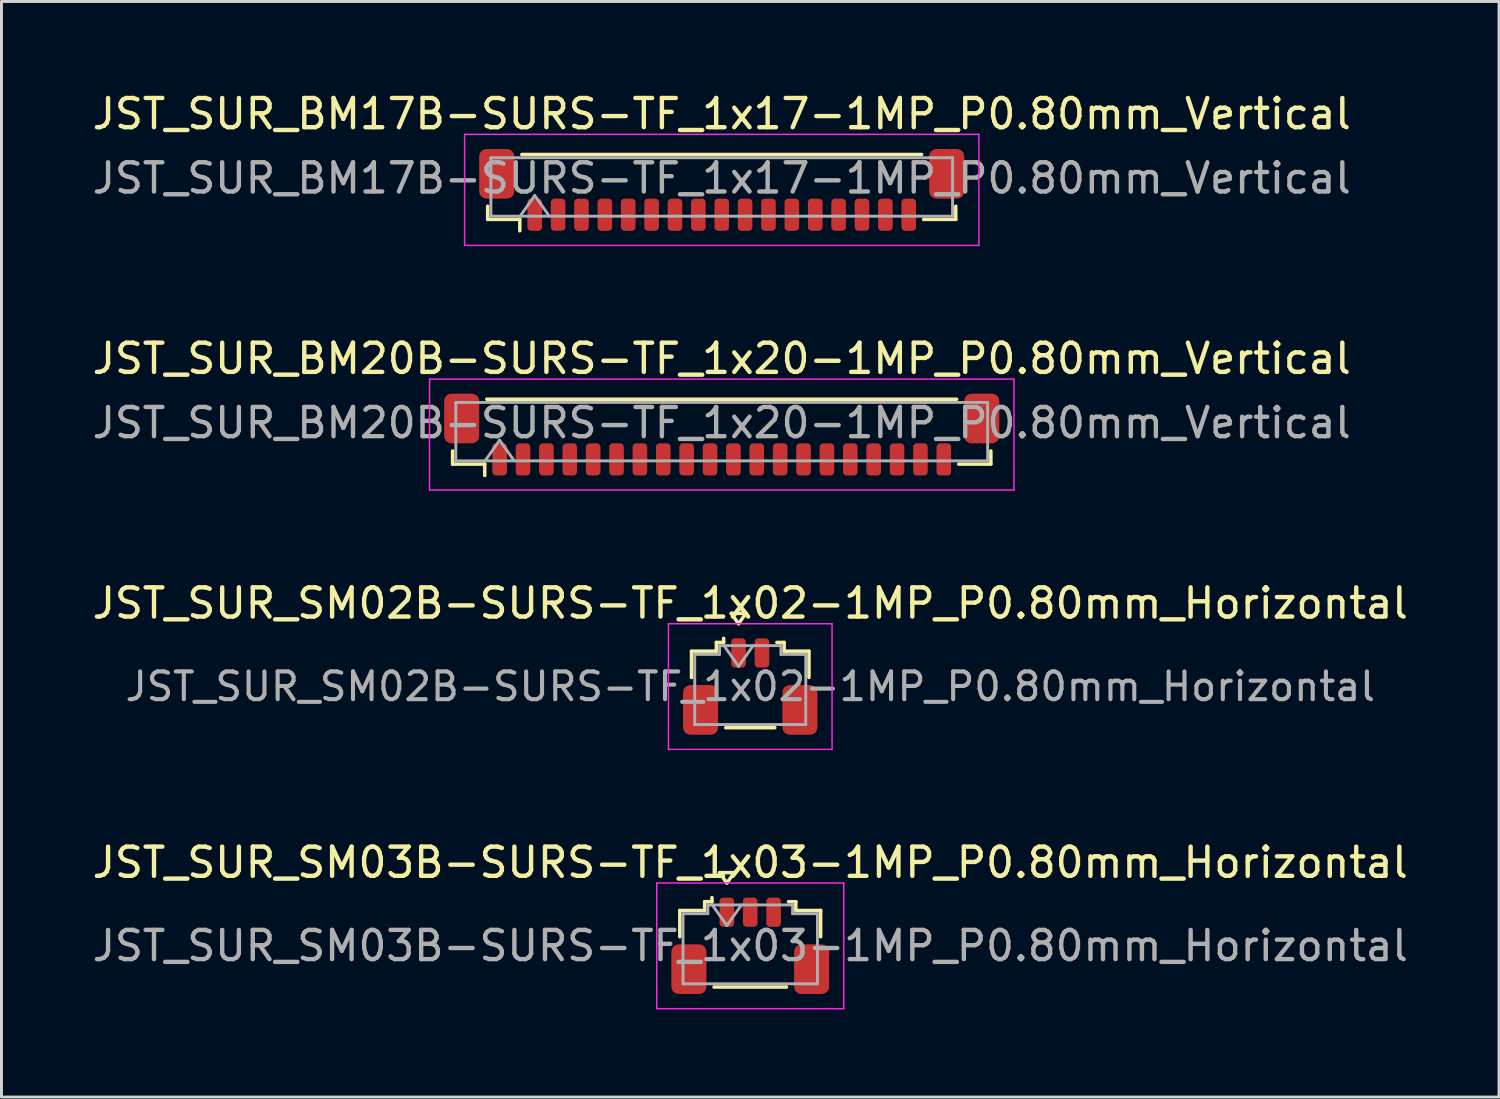
<source format=kicad_pcb>
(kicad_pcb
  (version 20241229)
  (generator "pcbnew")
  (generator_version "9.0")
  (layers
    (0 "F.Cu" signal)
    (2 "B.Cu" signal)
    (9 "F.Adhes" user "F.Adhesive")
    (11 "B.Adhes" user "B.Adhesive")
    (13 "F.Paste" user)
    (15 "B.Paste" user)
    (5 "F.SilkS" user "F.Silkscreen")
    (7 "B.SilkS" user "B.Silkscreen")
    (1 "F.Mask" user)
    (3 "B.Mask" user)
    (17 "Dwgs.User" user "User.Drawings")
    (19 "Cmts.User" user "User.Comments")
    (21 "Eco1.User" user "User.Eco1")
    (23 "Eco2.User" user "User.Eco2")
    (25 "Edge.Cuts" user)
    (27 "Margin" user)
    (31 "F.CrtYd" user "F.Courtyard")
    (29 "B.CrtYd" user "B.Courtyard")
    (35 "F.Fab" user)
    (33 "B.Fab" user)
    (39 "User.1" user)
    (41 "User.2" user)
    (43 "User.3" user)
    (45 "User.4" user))
  (footprint "JST_SUR_SM02B-SURS-TF_1x02-1MP_P0.80mm_Horizontal"
    (layer "F.Cu")
    (at 22.625 20.445)
    (property "Reference" "JST_SUR_SM02B-SURS-TF_1x02-1MP_P0.80mm_Horizontal" (at 0 -2.85 0) (layer "F.SilkS") (effects (font (size 1 1) (thickness 0.15))))
    (attr smd)
    (fp_line (start -2.01 -1.21) (end -1.16 -1.21) (stroke (width 0.12) (type solid)) (layer "F.SilkS"))
    (fp_line (start -2.01 -0.31) (end -2.01 -1.21) (stroke (width 0.12) (type solid)) (layer "F.SilkS"))
    (fp_line (start -1.16 -1.51) (end -0.91 -1.51) (stroke (width 0.12) (type solid)) (layer "F.SilkS"))
    (fp_line (start -1.16 -1.21) (end -1.16 -1.51) (stroke (width 0.12) (type solid)) (layer "F.SilkS"))
    (fp_line (start -0.91 -1.51) (end -0.91 -1.65) (stroke (width 0.12) (type solid)) (layer "F.SilkS"))
    (fp_line (start -0.84 1.41) (end 0.84 1.41) (stroke (width 0.12) (type solid)) (layer "F.SilkS"))
    (fp_line (start -0.65 -2.504) (end -0.4 -2.15) (stroke (width 0.12) (type solid)) (layer "F.SilkS"))
    (fp_line (start -0.4 -2.15) (end -0.15 -2.504) (stroke (width 0.12) (type solid)) (layer "F.SilkS"))
    (fp_line (start -0.15 -2.504) (end -0.65 -2.504) (stroke (width 0.12) (type solid)) (layer "F.SilkS"))
    (fp_line (start 1.16 -1.51) (end 0.91 -1.51) (stroke (width 0.12) (type solid)) (layer "F.SilkS"))
    (fp_line (start 1.16 -1.21) (end 1.16 -1.51) (stroke (width 0.12) (type solid)) (layer "F.SilkS"))
    (fp_line (start 2.01 -1.21) (end 1.16 -1.21) (stroke (width 0.12) (type solid)) (layer "F.SilkS"))
    (fp_line (start 2.01 -0.31) (end 2.01 -1.21) (stroke (width 0.12) (type solid)) (layer "F.SilkS"))
    (fp_line (start -2.8 -2.15) (end -2.8 2.15) (stroke (width 0.05) (type solid)) (layer "F.CrtYd"))
    (fp_line (start -2.8 2.15) (end 2.8 2.15) (stroke (width 0.05) (type solid)) (layer "F.CrtYd"))
    (fp_line (start 2.8 -2.15) (end -2.8 -2.15) (stroke (width 0.05) (type solid)) (layer "F.CrtYd"))
    (fp_line (start 2.8 2.15) (end 2.8 -2.15) (stroke (width 0.05) (type solid)) (layer "F.CrtYd"))
    (fp_line (start -1.9 -1.1) (end -1.9 1.3) (stroke (width 0.1) (type solid)) (layer "F.Fab"))
    (fp_line (start -1.9 -1.1) (end -1.05 -1.1) (stroke (width 0.1) (type solid)) (layer "F.Fab"))
    (fp_line (start -1.9 1.3) (end 1.9 1.3) (stroke (width 0.1) (type solid)) (layer "F.Fab"))
    (fp_line (start -1.05 -1.4) (end 1.05 -1.4) (stroke (width 0.1) (type solid)) (layer "F.Fab"))
    (fp_line (start -1.05 -1.1) (end -1.05 -1.4) (stroke (width 0.1) (type solid)) (layer "F.Fab"))
    (fp_line (start -0.9 -1.4) (end -0.4 -0.693) (stroke (width 0.1) (type solid)) (layer "F.Fab"))
    (fp_line (start -0.4 -0.693) (end 0.1 -1.4) (stroke (width 0.1) (type solid)) (layer "F.Fab"))
    (fp_line (start 1.05 -1.4) (end 1.05 -1.1) (stroke (width 0.1) (type solid)) (layer "F.Fab"))
    (fp_line (start 1.05 -1.1) (end 1.9 -1.1) (stroke (width 0.1) (type solid)) (layer "F.Fab"))
    (fp_line (start 1.9 -1.1) (end 1.9 1.3) (stroke (width 0.1) (type solid)) (layer "F.Fab"))
    (fp_text user "${REFERENCE}" (at 0 0 0) (layer "F.Fab") (effects (font (size 0.95 0.95) (thickness 0.14))))
    (pad "1" smd roundrect (at -0.4 -1.15) (size 0.5 1) (layers "F.Cu" "F.Mask" "F.Paste") (roundrect_rratio 0.25))
    (pad "2" smd roundrect (at 0.4 -1.15) (size 0.5 1) (layers "F.Cu" "F.Mask" "F.Paste") (roundrect_rratio 0.25))
    (pad "MP" smd roundrect (at -1.7 0.8) (size 1.2 1.7) (layers "F.Cu" "F.Mask" "F.Paste") (roundrect_rratio 0.208))
    (pad "MP" smd roundrect (at 1.7 0.8) (size 1.2 1.7) (layers "F.Cu" "F.Mask" "F.Paste") (roundrect_rratio 0.208)))
  (footprint "JST_SUR_BM17B-SURS-TF_1x17-1MP_P0.80mm_Vertical"
    (layer "F.Cu")
    (at 21.649 3.448)
    (property "Reference" "JST_SUR_BM17B-SURS-TF_1x17-1MP_P0.80mm_Vertical" (at 0 -2.6 0) (layer "F.SilkS") (effects (font (size 1 1) (thickness 0.15))))
    (attr smd)
    (fp_line (start -8.01 0.56) (end -8.01 1.01) (stroke (width 0.12) (type solid)) (layer "F.SilkS"))
    (fp_line (start -8.01 1.01) (end -6.91 1.01) (stroke (width 0.12) (type solid)) (layer "F.SilkS"))
    (fp_line (start -6.91 1.01) (end -6.91 1.4) (stroke (width 0.12) (type solid)) (layer "F.SilkS"))
    (fp_line (start -6.84 -1.21) (end 6.84 -1.21) (stroke (width 0.12) (type solid)) (layer "F.SilkS"))
    (fp_line (start 8.01 0.56) (end 8.01 1.01) (stroke (width 0.12) (type solid)) (layer "F.SilkS"))
    (fp_line (start 8.01 1.01) (end 6.91 1.01) (stroke (width 0.12) (type solid)) (layer "F.SilkS"))
    (fp_line (start -8.8 -1.9) (end -8.8 1.9) (stroke (width 0.05) (type solid)) (layer "F.CrtYd"))
    (fp_line (start -8.8 1.9) (end 8.8 1.9) (stroke (width 0.05) (type solid)) (layer "F.CrtYd"))
    (fp_line (start 8.8 -1.9) (end -8.8 -1.9) (stroke (width 0.05) (type solid)) (layer "F.CrtYd"))
    (fp_line (start 8.8 1.9) (end 8.8 -1.9) (stroke (width 0.05) (type solid)) (layer "F.CrtYd"))
    (fp_line (start -7.9 -1.1) (end 7.9 -1.1) (stroke (width 0.1) (type solid)) (layer "F.Fab"))
    (fp_line (start -7.9 0.9) (end -7.9 -1.1) (stroke (width 0.1) (type solid)) (layer "F.Fab"))
    (fp_line (start -7.9 0.9) (end 7.9 0.9) (stroke (width 0.1) (type solid)) (layer "F.Fab"))
    (fp_line (start -6.9 0.9) (end -6.4 0.193) (stroke (width 0.1) (type solid)) (layer "F.Fab"))
    (fp_line (start -6.4 0.193) (end -5.9 0.9) (stroke (width 0.1) (type solid)) (layer "F.Fab"))
    (fp_line (start 7.9 0.9) (end 7.9 -1.1) (stroke (width 0.1) (type solid)) (layer "F.Fab"))
    (fp_text user "${REFERENCE}" (at 0 -0.4 0) (layer "F.Fab") (effects (font (size 1 1) (thickness 0.15))))
    (pad "1" smd roundrect (at -6.4 0.85) (size 0.5 1.1) (layers "F.Cu" "F.Mask" "F.Paste") (roundrect_rratio 0.25))
    (pad "2" smd roundrect (at -5.6 0.85) (size 0.5 1.1) (layers "F.Cu" "F.Mask" "F.Paste") (roundrect_rratio 0.25))
    (pad "3" smd roundrect (at -4.8 0.85) (size 0.5 1.1) (layers "F.Cu" "F.Mask" "F.Paste") (roundrect_rratio 0.25))
    (pad "4" smd roundrect (at -4 0.85) (size 0.5 1.1) (layers "F.Cu" "F.Mask" "F.Paste") (roundrect_rratio 0.25))
    (pad "5" smd roundrect (at -3.2 0.85) (size 0.5 1.1) (layers "F.Cu" "F.Mask" "F.Paste") (roundrect_rratio 0.25))
    (pad "6" smd roundrect (at -2.4 0.85) (size 0.5 1.1) (layers "F.Cu" "F.Mask" "F.Paste") (roundrect_rratio 0.25))
    (pad "7" smd roundrect (at -1.6 0.85) (size 0.5 1.1) (layers "F.Cu" "F.Mask" "F.Paste") (roundrect_rratio 0.25))
    (pad "8" smd roundrect (at -0.8 0.85) (size 0.5 1.1) (layers "F.Cu" "F.Mask" "F.Paste") (roundrect_rratio 0.25))
    (pad "9" smd roundrect (at 0 0.85) (size 0.5 1.1) (layers "F.Cu" "F.Mask" "F.Paste") (roundrect_rratio 0.25))
    (pad "10" smd roundrect (at 0.8 0.85) (size 0.5 1.1) (layers "F.Cu" "F.Mask" "F.Paste") (roundrect_rratio 0.25))
    (pad "11" smd roundrect (at 1.6 0.85) (size 0.5 1.1) (layers "F.Cu" "F.Mask" "F.Paste") (roundrect_rratio 0.25))
    (pad "12" smd roundrect (at 2.4 0.85) (size 0.5 1.1) (layers "F.Cu" "F.Mask" "F.Paste") (roundrect_rratio 0.25))
    (pad "13" smd roundrect (at 3.2 0.85) (size 0.5 1.1) (layers "F.Cu" "F.Mask" "F.Paste") (roundrect_rratio 0.25))
    (pad "14" smd roundrect (at 4 0.85) (size 0.5 1.1) (layers "F.Cu" "F.Mask" "F.Paste") (roundrect_rratio 0.25))
    (pad "15" smd roundrect (at 4.8 0.85) (size 0.5 1.1) (layers "F.Cu" "F.Mask" "F.Paste") (roundrect_rratio 0.25))
    (pad "16" smd roundrect (at 5.6 0.85) (size 0.5 1.1) (layers "F.Cu" "F.Mask" "F.Paste") (roundrect_rratio 0.25))
    (pad "17" smd roundrect (at 6.4 0.85) (size 0.5 1.1) (layers "F.Cu" "F.Mask" "F.Paste") (roundrect_rratio 0.25))
    (pad "MP" smd roundrect (at -7.7 -0.55) (size 1.2 1.7) (layers "F.Cu" "F.Mask" "F.Paste") (roundrect_rratio 0.208))
    (pad "MP" smd roundrect (at 7.7 -0.55) (size 1.2 1.7) (layers "F.Cu" "F.Mask" "F.Paste") (roundrect_rratio 0.208)))
  (footprint "JST_SUR_BM20B-SURS-TF_1x20-1MP_P0.80mm_Vertical"
    (layer "F.Cu")
    (at 21.649 11.822)
    (property "Reference" "JST_SUR_BM20B-SURS-TF_1x20-1MP_P0.80mm_Vertical" (at 0 -2.6 0) (layer "F.SilkS") (effects (font (size 1 1) (thickness 0.15))))
    (attr smd)
    (fp_line (start -9.21 0.56) (end -9.21 1.01) (stroke (width 0.12) (type solid)) (layer "F.SilkS"))
    (fp_line (start -9.21 1.01) (end -8.11 1.01) (stroke (width 0.12) (type solid)) (layer "F.SilkS"))
    (fp_line (start -8.11 1.01) (end -8.11 1.4) (stroke (width 0.12) (type solid)) (layer "F.SilkS"))
    (fp_line (start -8.04 -1.21) (end 8.04 -1.21) (stroke (width 0.12) (type solid)) (layer "F.SilkS"))
    (fp_line (start 9.21 0.56) (end 9.21 1.01) (stroke (width 0.12) (type solid)) (layer "F.SilkS"))
    (fp_line (start 9.21 1.01) (end 8.11 1.01) (stroke (width 0.12) (type solid)) (layer "F.SilkS"))
    (fp_line (start -10 -1.9) (end -10 1.9) (stroke (width 0.05) (type solid)) (layer "F.CrtYd"))
    (fp_line (start -10 1.9) (end 10 1.9) (stroke (width 0.05) (type solid)) (layer "F.CrtYd"))
    (fp_line (start 10 -1.9) (end -10 -1.9) (stroke (width 0.05) (type solid)) (layer "F.CrtYd"))
    (fp_line (start 10 1.9) (end 10 -1.9) (stroke (width 0.05) (type solid)) (layer "F.CrtYd"))
    (fp_line (start -9.1 -1.1) (end 9.1 -1.1) (stroke (width 0.1) (type solid)) (layer "F.Fab"))
    (fp_line (start -9.1 0.9) (end -9.1 -1.1) (stroke (width 0.1) (type solid)) (layer "F.Fab"))
    (fp_line (start -9.1 0.9) (end 9.1 0.9) (stroke (width 0.1) (type solid)) (layer "F.Fab"))
    (fp_line (start -8.1 0.9) (end -7.6 0.193) (stroke (width 0.1) (type solid)) (layer "F.Fab"))
    (fp_line (start -7.6 0.193) (end -7.1 0.9) (stroke (width 0.1) (type solid)) (layer "F.Fab"))
    (fp_line (start 9.1 0.9) (end 9.1 -1.1) (stroke (width 0.1) (type solid)) (layer "F.Fab"))
    (fp_text user "${REFERENCE}" (at 0 -0.4 0) (layer "F.Fab") (effects (font (size 1 1) (thickness 0.15))))
    (pad "1" smd roundrect (at -7.6 0.85) (size 0.5 1.1) (layers "F.Cu" "F.Mask" "F.Paste") (roundrect_rratio 0.25))
    (pad "2" smd roundrect (at -6.8 0.85) (size 0.5 1.1) (layers "F.Cu" "F.Mask" "F.Paste") (roundrect_rratio 0.25))
    (pad "3" smd roundrect (at -6 0.85) (size 0.5 1.1) (layers "F.Cu" "F.Mask" "F.Paste") (roundrect_rratio 0.25))
    (pad "4" smd roundrect (at -5.2 0.85) (size 0.5 1.1) (layers "F.Cu" "F.Mask" "F.Paste") (roundrect_rratio 0.25))
    (pad "5" smd roundrect (at -4.4 0.85) (size 0.5 1.1) (layers "F.Cu" "F.Mask" "F.Paste") (roundrect_rratio 0.25))
    (pad "6" smd roundrect (at -3.6 0.85) (size 0.5 1.1) (layers "F.Cu" "F.Mask" "F.Paste") (roundrect_rratio 0.25))
    (pad "7" smd roundrect (at -2.8 0.85) (size 0.5 1.1) (layers "F.Cu" "F.Mask" "F.Paste") (roundrect_rratio 0.25))
    (pad "8" smd roundrect (at -2 0.85) (size 0.5 1.1) (layers "F.Cu" "F.Mask" "F.Paste") (roundrect_rratio 0.25))
    (pad "9" smd roundrect (at -1.2 0.85) (size 0.5 1.1) (layers "F.Cu" "F.Mask" "F.Paste") (roundrect_rratio 0.25))
    (pad "10" smd roundrect (at -0.4 0.85) (size 0.5 1.1) (layers "F.Cu" "F.Mask" "F.Paste") (roundrect_rratio 0.25))
    (pad "11" smd roundrect (at 0.4 0.85) (size 0.5 1.1) (layers "F.Cu" "F.Mask" "F.Paste") (roundrect_rratio 0.25))
    (pad "12" smd roundrect (at 1.2 0.85) (size 0.5 1.1) (layers "F.Cu" "F.Mask" "F.Paste") (roundrect_rratio 0.25))
    (pad "13" smd roundrect (at 2 0.85) (size 0.5 1.1) (layers "F.Cu" "F.Mask" "F.Paste") (roundrect_rratio 0.25))
    (pad "14" smd roundrect (at 2.8 0.85) (size 0.5 1.1) (layers "F.Cu" "F.Mask" "F.Paste") (roundrect_rratio 0.25))
    (pad "15" smd roundrect (at 3.6 0.85) (size 0.5 1.1) (layers "F.Cu" "F.Mask" "F.Paste") (roundrect_rratio 0.25))
    (pad "16" smd roundrect (at 4.4 0.85) (size 0.5 1.1) (layers "F.Cu" "F.Mask" "F.Paste") (roundrect_rratio 0.25))
    (pad "17" smd roundrect (at 5.2 0.85) (size 0.5 1.1) (layers "F.Cu" "F.Mask" "F.Paste") (roundrect_rratio 0.25))
    (pad "18" smd roundrect (at 6 0.85) (size 0.5 1.1) (layers "F.Cu" "F.Mask" "F.Paste") (roundrect_rratio 0.25))
    (pad "19" smd roundrect (at 6.8 0.85) (size 0.5 1.1) (layers "F.Cu" "F.Mask" "F.Paste") (roundrect_rratio 0.25))
    (pad "20" smd roundrect (at 7.6 0.85) (size 0.5 1.1) (layers "F.Cu" "F.Mask" "F.Paste") (roundrect_rratio 0.25))
    (pad "MP" smd roundrect (at -8.9 -0.55) (size 1.2 1.7) (layers "F.Cu" "F.Mask" "F.Paste") (roundrect_rratio 0.208))
    (pad "MP" smd roundrect (at 8.9 -0.55) (size 1.2 1.7) (layers "F.Cu" "F.Mask" "F.Paste") (roundrect_rratio 0.208)))
  (footprint "JST_SUR_SM03B-SURS-TF_1x03-1MP_P0.80mm_Horizontal"
    (layer "F.Cu")
    (at 22.625 29.318)
    (property "Reference" "JST_SUR_SM03B-SURS-TF_1x03-1MP_P0.80mm_Horizontal" (at 0 -2.85 0) (layer "F.SilkS") (effects (font (size 1 1) (thickness 0.15))))
    (attr smd)
    (fp_line (start -2.41 -1.21) (end -1.56 -1.21) (stroke (width 0.12) (type solid)) (layer "F.SilkS"))
    (fp_line (start -2.41 -0.31) (end -2.41 -1.21) (stroke (width 0.12) (type solid)) (layer "F.SilkS"))
    (fp_line (start -1.56 -1.51) (end -1.31 -1.51) (stroke (width 0.12) (type solid)) (layer "F.SilkS"))
    (fp_line (start -1.56 -1.21) (end -1.56 -1.51) (stroke (width 0.12) (type solid)) (layer "F.SilkS"))
    (fp_line (start -1.31 -1.51) (end -1.31 -1.65) (stroke (width 0.12) (type solid)) (layer "F.SilkS"))
    (fp_line (start -1.24 1.41) (end 1.24 1.41) (stroke (width 0.12) (type solid)) (layer "F.SilkS"))
    (fp_line (start -1.05 -2.504) (end -0.8 -2.15) (stroke (width 0.12) (type solid)) (layer "F.SilkS"))
    (fp_line (start -0.8 -2.15) (end -0.55 -2.504) (stroke (width 0.12) (type solid)) (layer "F.SilkS"))
    (fp_line (start -0.55 -2.504) (end -1.05 -2.504) (stroke (width 0.12) (type solid)) (layer "F.SilkS"))
    (fp_line (start 1.56 -1.51) (end 1.31 -1.51) (stroke (width 0.12) (type solid)) (layer "F.SilkS"))
    (fp_line (start 1.56 -1.21) (end 1.56 -1.51) (stroke (width 0.12) (type solid)) (layer "F.SilkS"))
    (fp_line (start 2.41 -1.21) (end 1.56 -1.21) (stroke (width 0.12) (type solid)) (layer "F.SilkS"))
    (fp_line (start 2.41 -0.31) (end 2.41 -1.21) (stroke (width 0.12) (type solid)) (layer "F.SilkS"))
    (fp_line (start -3.2 -2.15) (end -3.2 2.15) (stroke (width 0.05) (type solid)) (layer "F.CrtYd"))
    (fp_line (start -3.2 2.15) (end 3.2 2.15) (stroke (width 0.05) (type solid)) (layer "F.CrtYd"))
    (fp_line (start 3.2 -2.15) (end -3.2 -2.15) (stroke (width 0.05) (type solid)) (layer "F.CrtYd"))
    (fp_line (start 3.2 2.15) (end 3.2 -2.15) (stroke (width 0.05) (type solid)) (layer "F.CrtYd"))
    (fp_line (start -2.3 -1.1) (end -2.3 1.3) (stroke (width 0.1) (type solid)) (layer "F.Fab"))
    (fp_line (start -2.3 -1.1) (end -1.45 -1.1) (stroke (width 0.1) (type solid)) (layer "F.Fab"))
    (fp_line (start -2.3 1.3) (end 2.3 1.3) (stroke (width 0.1) (type solid)) (layer "F.Fab"))
    (fp_line (start -1.45 -1.4) (end 1.45 -1.4) (stroke (width 0.1) (type solid)) (layer "F.Fab"))
    (fp_line (start -1.45 -1.1) (end -1.45 -1.4) (stroke (width 0.1) (type solid)) (layer "F.Fab"))
    (fp_line (start -1.3 -1.4) (end -0.8 -0.693) (stroke (width 0.1) (type solid)) (layer "F.Fab"))
    (fp_line (start -0.8 -0.693) (end -0.3 -1.4) (stroke (width 0.1) (type solid)) (layer "F.Fab"))
    (fp_line (start 1.45 -1.4) (end 1.45 -1.1) (stroke (width 0.1) (type solid)) (layer "F.Fab"))
    (fp_line (start 1.45 -1.1) (end 2.3 -1.1) (stroke (width 0.1) (type solid)) (layer "F.Fab"))
    (fp_line (start 2.3 -1.1) (end 2.3 1.3) (stroke (width 0.1) (type solid)) (layer "F.Fab"))
    (fp_text user "${REFERENCE}" (at 0 0 0) (layer "F.Fab") (effects (font (size 1 1) (thickness 0.15))))
    (pad "1" smd roundrect (at -0.8 -1.15) (size 0.5 1) (layers "F.Cu" "F.Mask" "F.Paste") (roundrect_rratio 0.25))
    (pad "2" smd roundrect (at 0 -1.15) (size 0.5 1) (layers "F.Cu" "F.Mask" "F.Paste") (roundrect_rratio 0.25))
    (pad "3" smd roundrect (at 0.8 -1.15) (size 0.5 1) (layers "F.Cu" "F.Mask" "F.Paste") (roundrect_rratio 0.25))
    (pad "MP" smd roundrect (at -2.1 0.8) (size 1.2 1.7) (layers "F.Cu" "F.Mask" "F.Paste") (roundrect_rratio 0.208))
    (pad "MP" smd roundrect (at 2.1 0.8) (size 1.2 1.7) (layers "F.Cu" "F.Mask" "F.Paste") (roundrect_rratio 0.208)))
  (gr_rect
    (start -3 -3)
    (end 48.25 34.493)
    (stroke (width 0.1) (type default))
    (fill no)
    (layer "Edge.Cuts")))
</source>
